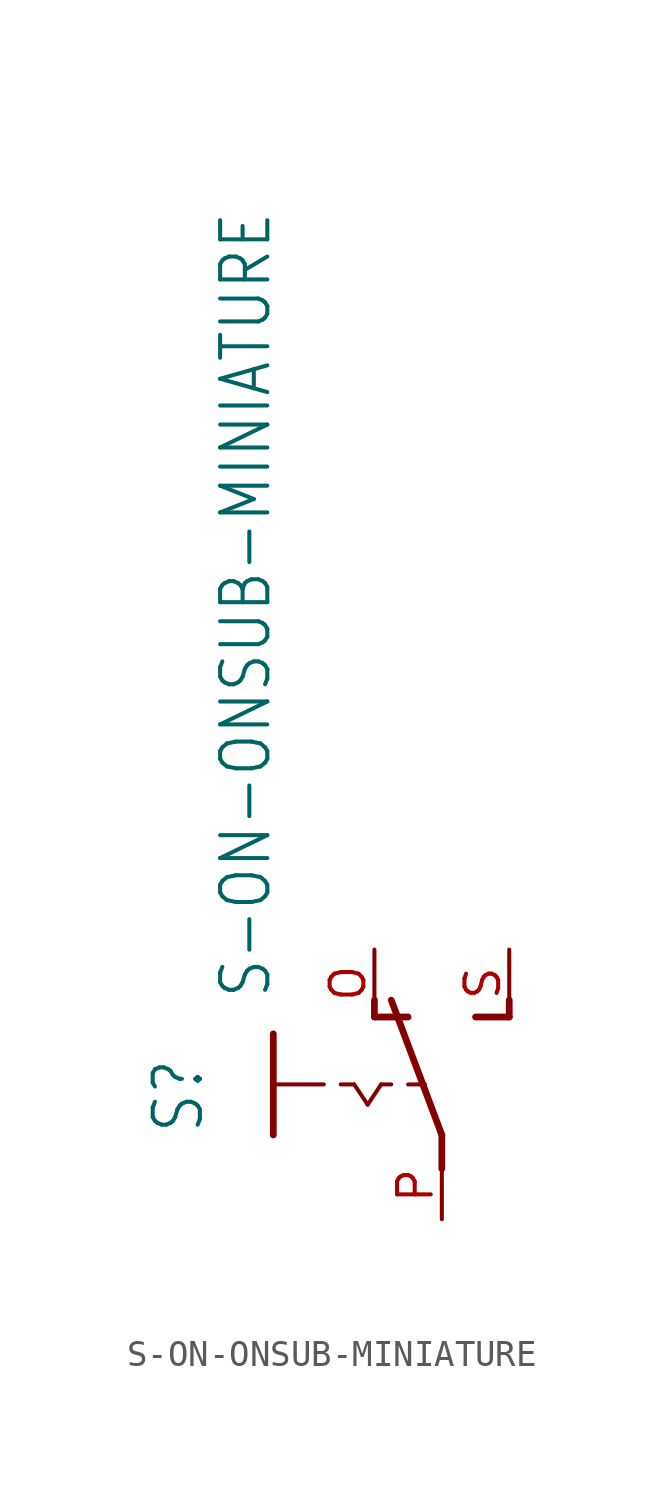
<source format=kicad_sym>
(kicad_symbol_lib
  (version 20211014)
  (generator kicad_symbol_editor)
  (symbol "S-ON-ONSUB-MINIATURE"
    (property "Reference" "S"
      (at -6.35 -1.905 90)
      (effects (font (size 1.778 1.511)) (justify left bottom)))
    (property "Value" "S-ON-ONSUB-MINIATURE"
      (at -3.81 3.175 90)
      (effects (font (size 1.778 1.511)) (justify left bottom)))
    (property "ki_locked" ""
      (at 0 0 0)
      (effects (font (size 1.27 1.27))))
    (symbol "S-ON-ONSUB-MINIATURE_1_0"
      (polyline (pts (xy -3.81 0) (xy -3.81 -1.905)) (stroke (width 0.254) (type default) (color 0 0 0 0)) (fill (type none)))
      (polyline (pts (xy -3.81 0) (xy -1.905 0)) (stroke (width 0.152) (type default) (color 0 0 0 0)) (fill (type none)))
      (polyline (pts (xy -3.81 1.905) (xy -3.81 0)) (stroke (width 0.254) (type default) (color 0 0 0 0)) (fill (type none)))
      (polyline (pts (xy -1.27 0) (xy -0.762 0)) (stroke (width 0.152) (type default) (color 0 0 0 0)) (fill (type none)))
      (polyline (pts (xy -0.762 0) (xy -0.254 -0.762)) (stroke (width 0.152) (type default) (color 0 0 0 0)) (fill (type none)))
      (polyline (pts (xy -0.254 -0.762) (xy 0.254 0)) (stroke (width 0.152) (type default) (color 0 0 0 0)) (fill (type none)))
      (polyline (pts (xy 0 2.54) (xy 0 3.175)) (stroke (width 0.254) (type default) (color 0 0 0 0)) (fill (type none)))
      (polyline (pts (xy 0 2.54) (xy 1.27 2.54)) (stroke (width 0.254) (type default) (color 0 0 0 0)) (fill (type none)))
      (polyline (pts (xy 0.254 0) (xy 0.635 0)) (stroke (width 0.152) (type default) (color 0 0 0 0)) (fill (type none)))
      (polyline (pts (xy 1.27 0) (xy 1.905 0)) (stroke (width 0.152) (type default) (color 0 0 0 0)) (fill (type none)))
      (polyline (pts (xy 2.54 -3.175) (xy 2.54 -1.905)) (stroke (width 0.254) (type default) (color 0 0 0 0)) (fill (type none)))
      (polyline (pts (xy 2.54 -1.905) (xy 0.635 3.175)) (stroke (width 0.254) (type default) (color 0 0 0 0)) (fill (type none)))
      (polyline (pts (xy 3.81 2.54) (xy 5.08 2.54)) (stroke (width 0.254) (type default) (color 0 0 0 0)) (fill (type none)))
      (polyline (pts (xy 5.08 2.54) (xy 5.08 3.175)) (stroke (width 0.254) (type default) (color 0 0 0 0)) (fill (type none)))
      (pin passive line (at 0 5.08 270) (length 2.54) (name "O" (effects (font (size 0 0)))) (number "O" (effects (font (size 1.27 1.27)))))
      (pin passive line (at 2.54 -5.08 90) (length 2.54) (name "P" (effects (font (size 0 0)))) (number "P" (effects (font (size 1.27 1.27)))))
      (pin passive line (at 5.08 5.08 270) (length 2.54) (name "S" (effects (font (size 0 0)))) (number "S" (effects (font (size 1.27 1.27))))))))
</source>
